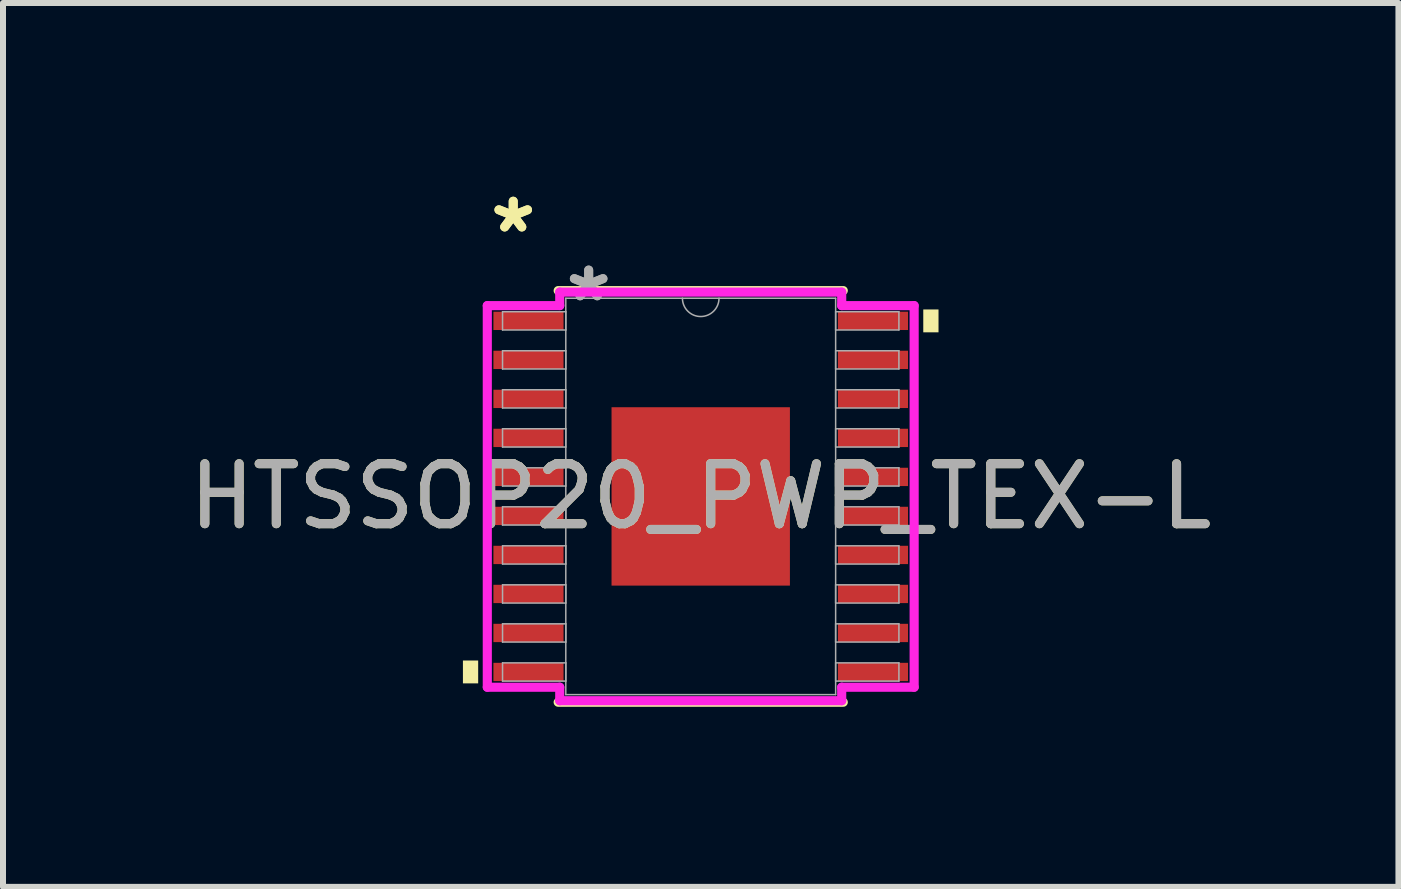
<source format=kicad_pcb>
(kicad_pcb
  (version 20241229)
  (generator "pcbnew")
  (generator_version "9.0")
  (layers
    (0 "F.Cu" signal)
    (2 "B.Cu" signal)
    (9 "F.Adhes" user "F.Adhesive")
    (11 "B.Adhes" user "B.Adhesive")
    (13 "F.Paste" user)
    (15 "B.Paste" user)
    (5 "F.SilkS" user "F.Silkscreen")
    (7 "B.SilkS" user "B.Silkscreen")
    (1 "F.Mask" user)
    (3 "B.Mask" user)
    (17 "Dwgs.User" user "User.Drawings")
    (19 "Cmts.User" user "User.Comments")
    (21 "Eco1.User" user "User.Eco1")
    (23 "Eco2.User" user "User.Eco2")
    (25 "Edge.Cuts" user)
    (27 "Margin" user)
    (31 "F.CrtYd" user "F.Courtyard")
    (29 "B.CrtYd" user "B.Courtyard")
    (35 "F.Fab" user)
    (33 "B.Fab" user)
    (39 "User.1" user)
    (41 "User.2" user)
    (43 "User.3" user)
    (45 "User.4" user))
  (footprint "HTSSOP20_PWP_TEX-L"
    (layer "F.Cu")
    (at 8.625 5.221)
    (property "Reference" "HTSSOP20_PWP_TEX-L" (at 0 0 0) (unlocked yes) (layer "F.SilkS") (effects (font (size 1 1) (thickness 0.15))))
    (attr smd)
    (fp_line (start -2.375 3.429) (end 2.375 3.429) (stroke (width 0.152) (type solid)) (layer "F.SilkS"))
    (fp_line (start 2.375 -3.429) (end -2.375 -3.429) (stroke (width 0.152) (type solid)) (layer "F.SilkS"))
    (fp_poly (pts (xy -3.962 2.734) (xy -3.962 3.115) (xy -3.708 3.115) (xy -3.708 2.734)) (stroke (width 0) (type solid)) (fill yes) (layer "F.SilkS"))
    (fp_poly (pts (xy 3.962 -3.115) (xy 3.962 -2.734) (xy 3.708 -2.734) (xy 3.708 -3.115)) (stroke (width 0) (type solid)) (fill yes) (layer "F.SilkS"))
    (fp_poly (pts (xy -1.386 -1.386) (xy -1.386 -0.1) (xy -0.1 -0.1) (xy -0.1 -1.386)) (stroke (width 0) (type solid)) (fill yes) (layer "F.Paste"))
    (fp_poly (pts (xy -1.386 0.1) (xy -1.386 1.386) (xy -0.1 1.386) (xy -0.1 0.1)) (stroke (width 0) (type solid)) (fill yes) (layer "F.Paste"))
    (fp_poly (pts (xy 0.1 -1.386) (xy 0.1 -0.1) (xy 1.386 -0.1) (xy 1.386 -1.386)) (stroke (width 0) (type solid)) (fill yes) (layer "F.Paste"))
    (fp_poly (pts (xy 0.1 0.1) (xy 0.1 1.386) (xy 1.386 1.386) (xy 1.386 0.1)) (stroke (width 0) (type solid)) (fill yes) (layer "F.Paste"))
    (fp_line (start -3.556 -3.179) (end -2.349 -3.179) (stroke (width 0.152) (type solid)) (layer "F.CrtYd"))
    (fp_line (start -3.556 3.179) (end -3.556 -3.179) (stroke (width 0.152) (type solid)) (layer "F.CrtYd"))
    (fp_line (start -3.556 3.179) (end -2.349 3.179) (stroke (width 0.152) (type solid)) (layer "F.CrtYd"))
    (fp_line (start -2.349 -3.404) (end 2.349 -3.404) (stroke (width 0.152) (type solid)) (layer "F.CrtYd"))
    (fp_line (start -2.349 -3.179) (end -2.349 -3.404) (stroke (width 0.152) (type solid)) (layer "F.CrtYd"))
    (fp_line (start -2.349 3.404) (end -2.349 3.179) (stroke (width 0.152) (type solid)) (layer "F.CrtYd"))
    (fp_line (start 2.349 -3.404) (end 2.349 -3.179) (stroke (width 0.152) (type solid)) (layer "F.CrtYd"))
    (fp_line (start 2.349 3.179) (end 2.349 3.404) (stroke (width 0.152) (type solid)) (layer "F.CrtYd"))
    (fp_line (start 2.349 3.404) (end -2.349 3.404) (stroke (width 0.152) (type solid)) (layer "F.CrtYd"))
    (fp_line (start 3.556 -3.179) (end 2.349 -3.179) (stroke (width 0.152) (type solid)) (layer "F.CrtYd"))
    (fp_line (start 3.556 -3.179) (end 3.556 3.179) (stroke (width 0.152) (type solid)) (layer "F.CrtYd"))
    (fp_line (start 3.556 3.179) (end 2.349 3.179) (stroke (width 0.152) (type solid)) (layer "F.CrtYd"))
    (fp_line (start -3.302 -3.077) (end -3.302 -2.773) (stroke (width 0.025) (type solid)) (layer "F.Fab"))
    (fp_line (start -3.302 -2.773) (end -2.248 -2.773) (stroke (width 0.025) (type solid)) (layer "F.Fab"))
    (fp_line (start -3.302 -2.427) (end -3.302 -2.123) (stroke (width 0.025) (type solid)) (layer "F.Fab"))
    (fp_line (start -3.302 -2.123) (end -2.248 -2.123) (stroke (width 0.025) (type solid)) (layer "F.Fab"))
    (fp_line (start -3.302 -1.777) (end -3.302 -1.473) (stroke (width 0.025) (type solid)) (layer "F.Fab"))
    (fp_line (start -3.302 -1.473) (end -2.248 -1.473) (stroke (width 0.025) (type solid)) (layer "F.Fab"))
    (fp_line (start -3.302 -1.127) (end -3.302 -0.823) (stroke (width 0.025) (type solid)) (layer "F.Fab"))
    (fp_line (start -3.302 -0.823) (end -2.248 -0.823) (stroke (width 0.025) (type solid)) (layer "F.Fab"))
    (fp_line (start -3.302 -0.477) (end -3.302 -0.173) (stroke (width 0.025) (type solid)) (layer "F.Fab"))
    (fp_line (start -3.302 -0.173) (end -2.248 -0.173) (stroke (width 0.025) (type solid)) (layer "F.Fab"))
    (fp_line (start -3.302 0.173) (end -3.302 0.477) (stroke (width 0.025) (type solid)) (layer "F.Fab"))
    (fp_line (start -3.302 0.477) (end -2.248 0.477) (stroke (width 0.025) (type solid)) (layer "F.Fab"))
    (fp_line (start -3.302 0.823) (end -3.302 1.127) (stroke (width 0.025) (type solid)) (layer "F.Fab"))
    (fp_line (start -3.302 1.127) (end -2.248 1.127) (stroke (width 0.025) (type solid)) (layer "F.Fab"))
    (fp_line (start -3.302 1.473) (end -3.302 1.777) (stroke (width 0.025) (type solid)) (layer "F.Fab"))
    (fp_line (start -3.302 1.777) (end -2.248 1.777) (stroke (width 0.025) (type solid)) (layer "F.Fab"))
    (fp_line (start -3.302 2.123) (end -3.302 2.427) (stroke (width 0.025) (type solid)) (layer "F.Fab"))
    (fp_line (start -3.302 2.427) (end -2.248 2.427) (stroke (width 0.025) (type solid)) (layer "F.Fab"))
    (fp_line (start -3.302 2.773) (end -3.302 3.077) (stroke (width 0.025) (type solid)) (layer "F.Fab"))
    (fp_line (start -3.302 3.077) (end -2.248 3.077) (stroke (width 0.025) (type solid)) (layer "F.Fab"))
    (fp_line (start -2.248 -3.302) (end -2.248 3.302) (stroke (width 0.025) (type solid)) (layer "F.Fab"))
    (fp_line (start -2.248 -3.077) (end -3.302 -3.077) (stroke (width 0.025) (type solid)) (layer "F.Fab"))
    (fp_line (start -2.248 -2.773) (end -2.248 -3.077) (stroke (width 0.025) (type solid)) (layer "F.Fab"))
    (fp_line (start -2.248 -2.427) (end -3.302 -2.427) (stroke (width 0.025) (type solid)) (layer "F.Fab"))
    (fp_line (start -2.248 -2.123) (end -2.248 -2.427) (stroke (width 0.025) (type solid)) (layer "F.Fab"))
    (fp_line (start -2.248 -1.777) (end -3.302 -1.777) (stroke (width 0.025) (type solid)) (layer "F.Fab"))
    (fp_line (start -2.248 -1.473) (end -2.248 -1.777) (stroke (width 0.025) (type solid)) (layer "F.Fab"))
    (fp_line (start -2.248 -1.127) (end -3.302 -1.127) (stroke (width 0.025) (type solid)) (layer "F.Fab"))
    (fp_line (start -2.248 -0.823) (end -2.248 -1.127) (stroke (width 0.025) (type solid)) (layer "F.Fab"))
    (fp_line (start -2.248 -0.477) (end -3.302 -0.477) (stroke (width 0.025) (type solid)) (layer "F.Fab"))
    (fp_line (start -2.248 -0.173) (end -2.248 -0.477) (stroke (width 0.025) (type solid)) (layer "F.Fab"))
    (fp_line (start -2.248 0.173) (end -3.302 0.173) (stroke (width 0.025) (type solid)) (layer "F.Fab"))
    (fp_line (start -2.248 0.477) (end -2.248 0.173) (stroke (width 0.025) (type solid)) (layer "F.Fab"))
    (fp_line (start -2.248 0.823) (end -3.302 0.823) (stroke (width 0.025) (type solid)) (layer "F.Fab"))
    (fp_line (start -2.248 1.127) (end -2.248 0.823) (stroke (width 0.025) (type solid)) (layer "F.Fab"))
    (fp_line (start -2.248 1.473) (end -3.302 1.473) (stroke (width 0.025) (type solid)) (layer "F.Fab"))
    (fp_line (start -2.248 1.777) (end -2.248 1.473) (stroke (width 0.025) (type solid)) (layer "F.Fab"))
    (fp_line (start -2.248 2.123) (end -3.302 2.123) (stroke (width 0.025) (type solid)) (layer "F.Fab"))
    (fp_line (start -2.248 2.427) (end -2.248 2.123) (stroke (width 0.025) (type solid)) (layer "F.Fab"))
    (fp_line (start -2.248 2.773) (end -3.302 2.773) (stroke (width 0.025) (type solid)) (layer "F.Fab"))
    (fp_line (start -2.248 3.077) (end -2.248 2.773) (stroke (width 0.025) (type solid)) (layer "F.Fab"))
    (fp_line (start -2.248 3.302) (end 2.248 3.302) (stroke (width 0.025) (type solid)) (layer "F.Fab"))
    (fp_line (start 2.248 -3.302) (end -2.248 -3.302) (stroke (width 0.025) (type solid)) (layer "F.Fab"))
    (fp_line (start 2.248 -3.077) (end 2.248 -2.773) (stroke (width 0.025) (type solid)) (layer "F.Fab"))
    (fp_line (start 2.248 -2.773) (end 3.302 -2.773) (stroke (width 0.025) (type solid)) (layer "F.Fab"))
    (fp_line (start 2.248 -2.427) (end 2.248 -2.123) (stroke (width 0.025) (type solid)) (layer "F.Fab"))
    (fp_line (start 2.248 -2.123) (end 3.302 -2.123) (stroke (width 0.025) (type solid)) (layer "F.Fab"))
    (fp_line (start 2.248 -1.777) (end 2.248 -1.473) (stroke (width 0.025) (type solid)) (layer "F.Fab"))
    (fp_line (start 2.248 -1.473) (end 3.302 -1.473) (stroke (width 0.025) (type solid)) (layer "F.Fab"))
    (fp_line (start 2.248 -1.127) (end 2.248 -0.823) (stroke (width 0.025) (type solid)) (layer "F.Fab"))
    (fp_line (start 2.248 -0.823) (end 3.302 -0.823) (stroke (width 0.025) (type solid)) (layer "F.Fab"))
    (fp_line (start 2.248 -0.477) (end 2.248 -0.173) (stroke (width 0.025) (type solid)) (layer "F.Fab"))
    (fp_line (start 2.248 -0.173) (end 3.302 -0.173) (stroke (width 0.025) (type solid)) (layer "F.Fab"))
    (fp_line (start 2.248 0.173) (end 2.248 0.477) (stroke (width 0.025) (type solid)) (layer "F.Fab"))
    (fp_line (start 2.248 0.477) (end 3.302 0.477) (stroke (width 0.025) (type solid)) (layer "F.Fab"))
    (fp_line (start 2.248 0.823) (end 2.248 1.127) (stroke (width 0.025) (type solid)) (layer "F.Fab"))
    (fp_line (start 2.248 1.127) (end 3.302 1.127) (stroke (width 0.025) (type solid)) (layer "F.Fab"))
    (fp_line (start 2.248 1.473) (end 2.248 1.777) (stroke (width 0.025) (type solid)) (layer "F.Fab"))
    (fp_line (start 2.248 1.777) (end 3.302 1.777) (stroke (width 0.025) (type solid)) (layer "F.Fab"))
    (fp_line (start 2.248 2.123) (end 2.248 2.427) (stroke (width 0.025) (type solid)) (layer "F.Fab"))
    (fp_line (start 2.248 2.427) (end 3.302 2.427) (stroke (width 0.025) (type solid)) (layer "F.Fab"))
    (fp_line (start 2.248 2.773) (end 2.248 3.077) (stroke (width 0.025) (type solid)) (layer "F.Fab"))
    (fp_line (start 2.248 3.077) (end 3.302 3.077) (stroke (width 0.025) (type solid)) (layer "F.Fab"))
    (fp_line (start 2.248 3.302) (end 2.248 -3.302) (stroke (width 0.025) (type solid)) (layer "F.Fab"))
    (fp_line (start 3.302 -3.077) (end 2.248 -3.077) (stroke (width 0.025) (type solid)) (layer "F.Fab"))
    (fp_line (start 3.302 -2.773) (end 3.302 -3.077) (stroke (width 0.025) (type solid)) (layer "F.Fab"))
    (fp_line (start 3.302 -2.427) (end 2.248 -2.427) (stroke (width 0.025) (type solid)) (layer "F.Fab"))
    (fp_line (start 3.302 -2.123) (end 3.302 -2.427) (stroke (width 0.025) (type solid)) (layer "F.Fab"))
    (fp_line (start 3.302 -1.777) (end 2.248 -1.777) (stroke (width 0.025) (type solid)) (layer "F.Fab"))
    (fp_line (start 3.302 -1.473) (end 3.302 -1.777) (stroke (width 0.025) (type solid)) (layer "F.Fab"))
    (fp_line (start 3.302 -1.127) (end 2.248 -1.127) (stroke (width 0.025) (type solid)) (layer "F.Fab"))
    (fp_line (start 3.302 -0.823) (end 3.302 -1.127) (stroke (width 0.025) (type solid)) (layer "F.Fab"))
    (fp_line (start 3.302 -0.477) (end 2.248 -0.477) (stroke (width 0.025) (type solid)) (layer "F.Fab"))
    (fp_line (start 3.302 -0.173) (end 3.302 -0.477) (stroke (width 0.025) (type solid)) (layer "F.Fab"))
    (fp_line (start 3.302 0.173) (end 2.248 0.173) (stroke (width 0.025) (type solid)) (layer "F.Fab"))
    (fp_line (start 3.302 0.477) (end 3.302 0.173) (stroke (width 0.025) (type solid)) (layer "F.Fab"))
    (fp_line (start 3.302 0.823) (end 2.248 0.823) (stroke (width 0.025) (type solid)) (layer "F.Fab"))
    (fp_line (start 3.302 1.127) (end 3.302 0.823) (stroke (width 0.025) (type solid)) (layer "F.Fab"))
    (fp_line (start 3.302 1.473) (end 2.248 1.473) (stroke (width 0.025) (type solid)) (layer "F.Fab"))
    (fp_line (start 3.302 1.777) (end 3.302 1.473) (stroke (width 0.025) (type solid)) (layer "F.Fab"))
    (fp_line (start 3.302 2.123) (end 2.248 2.123) (stroke (width 0.025) (type solid)) (layer "F.Fab"))
    (fp_line (start 3.302 2.427) (end 3.302 2.123) (stroke (width 0.025) (type solid)) (layer "F.Fab"))
    (fp_line (start 3.302 2.773) (end 2.248 2.773) (stroke (width 0.025) (type solid)) (layer "F.Fab"))
    (fp_line (start 3.302 3.077) (end 3.302 2.773) (stroke (width 0.025) (type solid)) (layer "F.Fab"))
    (fp_arc (start 0.3048 -3.302) (mid 0 -2.9972) (end -0.3048 -3.302) (stroke (width 0.0254) (type solid)) (layer "F.Fab"))
    (fp_text user "*" (at -3.124 -4.373 0) (unlocked yes) (layer "F.SilkS") (effects (font (size 1 1) (thickness 0.15))))
    (fp_text user "*" (at -3.124 -4.373 0) (layer "F.SilkS") (effects (font (size 1 1) (thickness 0.15))))
    (fp_text user "*" (at -1.867 -3.226 0) (layer "F.Fab") (effects (font (size 1 1) (thickness 0.15))))
    (fp_text user "${REFERENCE}" (at 0 0 0) (unlocked yes) (layer "F.Fab") (effects (font (size 1 1) (thickness 0.15))))
    (fp_text user "*" (at -1.867 -3.226 0) (unlocked yes) (layer "F.Fab") (effects (font (size 1 1) (thickness 0.15))))
    (pad "1" smd rect (at -2.87 -2.925) (size 1.168 0.305) (layers "F.Cu" "F.Mask" "F.Paste"))
    (pad "2" smd rect (at -2.87 -2.275) (size 1.168 0.305) (layers "F.Cu" "F.Mask" "F.Paste"))
    (pad "3" smd rect (at -2.87 -1.625) (size 1.168 0.305) (layers "F.Cu" "F.Mask" "F.Paste"))
    (pad "4" smd rect (at -2.87 -0.975) (size 1.168 0.305) (layers "F.Cu" "F.Mask" "F.Paste"))
    (pad "5" smd rect (at -2.87 -0.325) (size 1.168 0.305) (layers "F.Cu" "F.Mask" "F.Paste"))
    (pad "6" smd rect (at -2.87 0.325) (size 1.168 0.305) (layers "F.Cu" "F.Mask" "F.Paste"))
    (pad "7" smd rect (at -2.87 0.975) (size 1.168 0.305) (layers "F.Cu" "F.Mask" "F.Paste"))
    (pad "8" smd rect (at -2.87 1.625) (size 1.168 0.305) (layers "F.Cu" "F.Mask" "F.Paste"))
    (pad "9" smd rect (at -2.87 2.275) (size 1.168 0.305) (layers "F.Cu" "F.Mask" "F.Paste"))
    (pad "10" smd rect (at -2.87 2.925) (size 1.168 0.305) (layers "F.Cu" "F.Mask" "F.Paste"))
    (pad "11" smd rect (at 2.87 2.925) (size 1.168 0.305) (layers "F.Cu" "F.Mask" "F.Paste"))
    (pad "12" smd rect (at 2.87 2.275) (size 1.168 0.305) (layers "F.Cu" "F.Mask" "F.Paste"))
    (pad "13" smd rect (at 2.87 1.625) (size 1.168 0.305) (layers "F.Cu" "F.Mask" "F.Paste"))
    (pad "14" smd rect (at 2.87 0.975) (size 1.168 0.305) (layers "F.Cu" "F.Mask" "F.Paste"))
    (pad "15" smd rect (at 2.87 0.325) (size 1.168 0.305) (layers "F.Cu" "F.Mask" "F.Paste"))
    (pad "16" smd rect (at 2.87 -0.325) (size 1.168 0.305) (layers "F.Cu" "F.Mask" "F.Paste"))
    (pad "17" smd rect (at 2.87 -0.975) (size 1.168 0.305) (layers "F.Cu" "F.Mask" "F.Paste"))
    (pad "18" smd rect (at 2.87 -1.625) (size 1.168 0.305) (layers "F.Cu" "F.Mask" "F.Paste"))
    (pad "19" smd rect (at 2.87 -2.275) (size 1.168 0.305) (layers "F.Cu" "F.Mask" "F.Paste"))
    (pad "20" smd rect (at 2.87 -2.925) (size 1.168 0.305) (layers "F.Cu" "F.Mask" "F.Paste"))
    (pad "21" smd rect (at 0 0) (size 2.972 2.972) (layers "F.Cu" "F.Mask")))
  (gr_rect
    (start -3 -3)
    (end 20.25 11.726)
    (stroke (width 0.1) (type default))
    (fill no)
    (layer "Edge.Cuts")))
</source>
